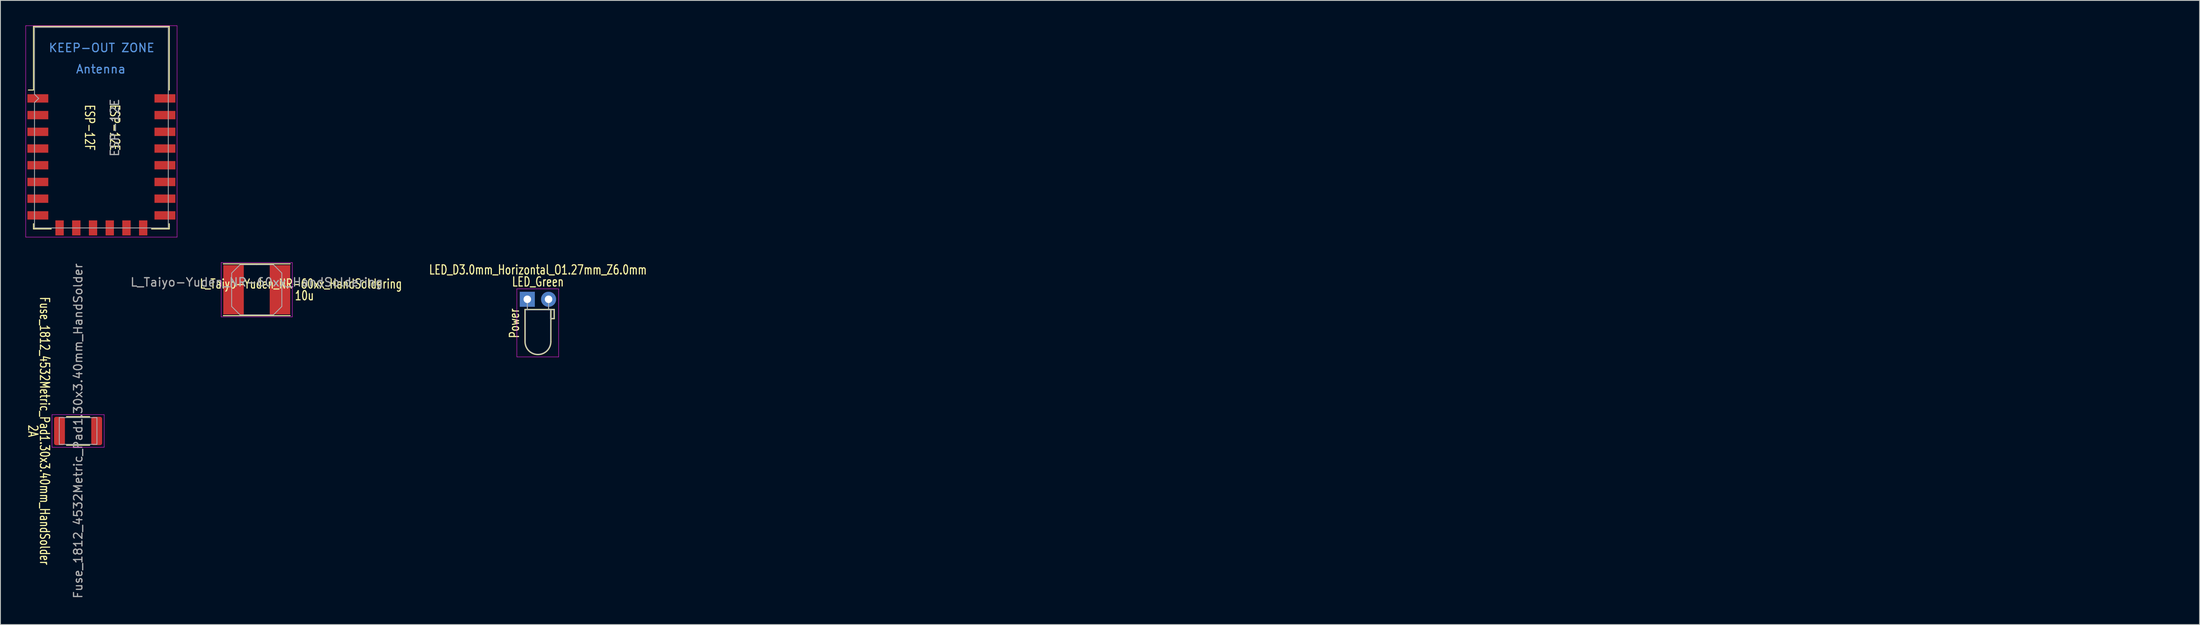
<source format=kicad_pcb>
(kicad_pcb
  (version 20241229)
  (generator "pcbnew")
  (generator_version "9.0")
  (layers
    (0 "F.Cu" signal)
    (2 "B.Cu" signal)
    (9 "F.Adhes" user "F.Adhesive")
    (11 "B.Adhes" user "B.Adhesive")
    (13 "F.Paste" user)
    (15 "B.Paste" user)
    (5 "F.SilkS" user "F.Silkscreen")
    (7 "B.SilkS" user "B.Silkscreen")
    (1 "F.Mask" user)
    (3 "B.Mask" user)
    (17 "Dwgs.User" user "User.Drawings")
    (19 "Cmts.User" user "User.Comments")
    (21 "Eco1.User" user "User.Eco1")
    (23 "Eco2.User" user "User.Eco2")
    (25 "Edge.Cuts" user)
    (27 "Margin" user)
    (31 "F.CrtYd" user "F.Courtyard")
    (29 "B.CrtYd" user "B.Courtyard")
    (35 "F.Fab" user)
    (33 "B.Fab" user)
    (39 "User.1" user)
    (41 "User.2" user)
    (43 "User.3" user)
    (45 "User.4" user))
  (footprint "LED_D3.0mm_Horizontal_O1.27mm_Z6.0mm"
    (layer "F.Cu")
    (at 60.011 32.764)
    (property "Reference" "LED_D3.0mm_Horizontal_O1.27mm_Z6.0mm" (at 1.27 -3.525 0) (unlocked yes) (layer "F.SilkS") (effects (font (size 1.1 0.8) (thickness 0.14))))
    (property "Value" "LED_Green" (at -0.21 7.63 0) (layer "F.Fab") (hide yes) (effects (font (size 1 1) (thickness 0.15))))
    (attr through_hole)
    (fp_line (start -0.29 1.21) (end -0.29 5.07) (stroke (width 0.12) (type solid)) (layer "F.SilkS"))
    (fp_line (start -0.29 1.21) (end 2.83 1.21) (stroke (width 0.12) (type solid)) (layer "F.SilkS"))
    (fp_line (start 0 1.08) (end 0 1.08) (stroke (width 0.12) (type solid)) (layer "F.SilkS"))
    (fp_line (start 0 1.08) (end 0 1.21) (stroke (width 0.12) (type solid)) (layer "F.SilkS"))
    (fp_line (start 0 1.21) (end 0 1.08) (stroke (width 0.12) (type solid)) (layer "F.SilkS"))
    (fp_line (start 0 1.21) (end 0 1.21) (stroke (width 0.12) (type solid)) (layer "F.SilkS"))
    (fp_line (start 2.54 1.08) (end 2.54 1.08) (stroke (width 0.12) (type solid)) (layer "F.SilkS"))
    (fp_line (start 2.54 1.08) (end 2.54 1.21) (stroke (width 0.12) (type solid)) (layer "F.SilkS"))
    (fp_line (start 2.54 1.21) (end 2.54 1.08) (stroke (width 0.12) (type solid)) (layer "F.SilkS"))
    (fp_line (start 2.54 1.21) (end 2.54 1.21) (stroke (width 0.12) (type solid)) (layer "F.SilkS"))
    (fp_line (start 2.83 1.21) (end 2.83 5.07) (stroke (width 0.12) (type solid)) (layer "F.SilkS"))
    (fp_line (start 2.83 1.21) (end 3.23 1.21) (stroke (width 0.12) (type solid)) (layer "F.SilkS"))
    (fp_line (start 2.83 2.33) (end 2.83 1.21) (stroke (width 0.12) (type solid)) (layer "F.SilkS"))
    (fp_line (start 3.23 1.21) (end 3.23 2.33) (stroke (width 0.12) (type solid)) (layer "F.SilkS"))
    (fp_line (start 3.23 2.33) (end 2.83 2.33) (stroke (width 0.12) (type solid)) (layer "F.SilkS"))
    (fp_arc (start 2.83 5.07) (mid 1.27 6.63) (end -0.29 5.07) (stroke (width 0.12) (type solid)) (layer "F.SilkS"))
    (fp_line (start -1.25 -1.25) (end -1.25 6.9) (stroke (width 0.05) (type solid)) (layer "F.CrtYd"))
    (fp_line (start -1.25 6.9) (end 3.75 6.9) (stroke (width 0.05) (type solid)) (layer "F.CrtYd"))
    (fp_line (start 3.75 -1.25) (end -1.25 -1.25) (stroke (width 0.05) (type solid)) (layer "F.CrtYd"))
    (fp_line (start 3.75 6.9) (end 3.75 -1.25) (stroke (width 0.05) (type solid)) (layer "F.CrtYd"))
    (fp_line (start -0.23 1.27) (end -0.23 5.07) (stroke (width 0.1) (type solid)) (layer "F.Fab"))
    (fp_line (start -0.23 1.27) (end 2.77 1.27) (stroke (width 0.1) (type solid)) (layer "F.Fab"))
    (fp_line (start 0 0) (end 0 0) (stroke (width 0.1) (type solid)) (layer "F.Fab"))
    (fp_line (start 0 0) (end 0 1.27) (stroke (width 0.1) (type solid)) (layer "F.Fab"))
    (fp_line (start 0 1.27) (end 0 0) (stroke (width 0.1) (type solid)) (layer "F.Fab"))
    (fp_line (start 0 1.27) (end 0 1.27) (stroke (width 0.1) (type solid)) (layer "F.Fab"))
    (fp_line (start 2.54 0) (end 2.54 0) (stroke (width 0.1) (type solid)) (layer "F.Fab"))
    (fp_line (start 2.54 0) (end 2.54 1.27) (stroke (width 0.1) (type solid)) (layer "F.Fab"))
    (fp_line (start 2.54 1.27) (end 2.54 0) (stroke (width 0.1) (type solid)) (layer "F.Fab"))
    (fp_line (start 2.54 1.27) (end 2.54 1.27) (stroke (width 0.1) (type solid)) (layer "F.Fab"))
    (fp_line (start 2.77 1.27) (end 2.77 5.07) (stroke (width 0.1) (type solid)) (layer "F.Fab"))
    (fp_line (start 2.77 1.27) (end 3.17 1.27) (stroke (width 0.1) (type solid)) (layer "F.Fab"))
    (fp_line (start 2.77 2.27) (end 2.77 1.27) (stroke (width 0.1) (type solid)) (layer "F.Fab"))
    (fp_line (start 3.17 1.27) (end 3.17 2.27) (stroke (width 0.1) (type solid)) (layer "F.Fab"))
    (fp_line (start 3.17 2.27) (end 2.77 2.27) (stroke (width 0.1) (type solid)) (layer "F.Fab"))
    (fp_arc (start 2.77 5.07) (mid 1.27 6.57) (end -0.23 5.07) (stroke (width 0.1) (type solid)) (layer "F.Fab"))
    (fp_text user "Power" (at -1.55 2.875 90) (unlocked yes) (layer "F.SilkS") (effects (font (size 1.1 0.8) (thickness 0.14))))
    (fp_text user "${VALUE}" (at 1.27 -2.09 0) (unlocked yes) (layer "F.SilkS") (effects (font (size 1.1 0.8) (thickness 0.14))))
    (pad "1" thru_hole rect (at 0 0) (size 1.8 1.8) (drill 0.9) (layers "*.Cu" "*.Mask"))
    (pad "2" thru_hole circle (at 2.54 0) (size 1.8 1.8) (drill 0.9) (layers "*.Cu" "*.Mask")))
  (footprint "L_Taiyo-Yuden_NR-60xx_HandSoldering"
    (layer "F.Cu")
    (at 27.654 31.625)
    (property "Reference" "L_Taiyo-Yuden_NR-60xx_HandSoldering" (at 5.281 -0.7 0) (unlocked yes) (layer "F.SilkS") (effects (font (size 1.1 0.8) (thickness 0.14))))
    (property "Value" "10u" (at 0.1 1 0) (layer "F.Fab") (hide yes) (effects (font (size 1 1) (thickness 0.15))))
    (attr smd)
    (fp_line (start -4 -3.1) (end 4 -3.1) (stroke (width 0.12) (type solid)) (layer "F.SilkS"))
    (fp_line (start -4 3.1) (end 4 3.1) (stroke (width 0.12) (type solid)) (layer "F.SilkS"))
    (fp_line (start -4.25 -3.25) (end -4.25 3.25) (stroke (width 0.05) (type solid)) (layer "F.CrtYd"))
    (fp_line (start -4.25 3.25) (end 4.25 3.25) (stroke (width 0.05) (type solid)) (layer "F.CrtYd"))
    (fp_line (start 4.25 -3.25) (end -4.25 -3.25) (stroke (width 0.05) (type solid)) (layer "F.CrtYd"))
    (fp_line (start 4.25 3.25) (end 4.25 -3.25) (stroke (width 0.05) (type solid)) (layer "F.CrtYd"))
    (fp_line (start -3 -2) (end -2 -3) (stroke (width 0.1) (type solid)) (layer "F.Fab"))
    (fp_line (start -3 0) (end -3 -2) (stroke (width 0.1) (type solid)) (layer "F.Fab"))
    (fp_line (start -3 0) (end -3 2) (stroke (width 0.1) (type solid)) (layer "F.Fab"))
    (fp_line (start -3 2) (end -2 3) (stroke (width 0.1) (type solid)) (layer "F.Fab"))
    (fp_line (start -2 -3) (end 0 -3) (stroke (width 0.1) (type solid)) (layer "F.Fab"))
    (fp_line (start -2 3) (end 0 3) (stroke (width 0.1) (type solid)) (layer "F.Fab"))
    (fp_line (start 2 -3) (end 0 -3) (stroke (width 0.1) (type solid)) (layer "F.Fab"))
    (fp_line (start 2 3) (end 0 3) (stroke (width 0.1) (type solid)) (layer "F.Fab"))
    (fp_line (start 3 -2) (end 2 -3) (stroke (width 0.1) (type solid)) (layer "F.Fab"))
    (fp_line (start 3 0) (end 3 -2) (stroke (width 0.1) (type solid)) (layer "F.Fab"))
    (fp_line (start 3 0) (end 3 2) (stroke (width 0.1) (type solid)) (layer "F.Fab"))
    (fp_line (start 3 2) (end 2 3) (stroke (width 0.1) (type solid)) (layer "F.Fab"))
    (fp_text user "${VALUE}" (at 5.7 0.7 0) (unlocked yes) (layer "F.SilkS") (effects (font (size 1.1 0.8) (thickness 0.14))))
    (fp_text user "${REFERENCE}" (at 0 -0.9 0) (layer "F.Fab") (effects (font (size 1 1) (thickness 0.15))))
    (pad "1" smd rect (at -2.775 0) (size 2.45 5.9) (layers "F.Cu" "F.Mask" "F.Paste"))
    (pad "2" smd rect (at 2.775 0) (size 2.45 5.9) (layers "F.Cu" "F.Mask" "F.Paste")))
  (footprint "Fuse_1812_4532Metric_Pad1.30x3.40mm_HandSolder"
    (layer "F.Cu")
    (at 6.289 48.523)
    (property "Reference" "Fuse_1812_4532Metric_Pad1.30x3.40mm_HandSolder" (at -4 0 270) (unlocked yes) (layer "F.SilkS") (effects (font (size 1.1 0.8) (thickness 0.14))))
    (property "Value" "2A" (at 3.2 -0.1 90) (layer "F.Fab") (hide yes) (effects (font (size 1 1) (thickness 0.15))))
    (attr smd)
    (fp_line (start -1.386 -1.71) (end 1.386 -1.71) (stroke (width 0.12) (type solid)) (layer "F.SilkS"))
    (fp_line (start -1.386 1.71) (end 1.386 1.71) (stroke (width 0.12) (type solid)) (layer "F.SilkS"))
    (fp_line (start -3.12 -1.95) (end 3.12 -1.95) (stroke (width 0.05) (type solid)) (layer "F.CrtYd"))
    (fp_line (start -3.12 1.95) (end -3.12 -1.95) (stroke (width 0.05) (type solid)) (layer "F.CrtYd"))
    (fp_line (start 3.12 -1.95) (end 3.12 1.95) (stroke (width 0.05) (type solid)) (layer "F.CrtYd"))
    (fp_line (start 3.12 1.95) (end -3.12 1.95) (stroke (width 0.05) (type solid)) (layer "F.CrtYd"))
    (fp_line (start -2.25 -1.6) (end 2.25 -1.6) (stroke (width 0.1) (type solid)) (layer "F.Fab"))
    (fp_line (start -2.25 1.6) (end -2.25 -1.6) (stroke (width 0.1) (type solid)) (layer "F.Fab"))
    (fp_line (start 2.25 -1.6) (end 2.25 1.6) (stroke (width 0.1) (type solid)) (layer "F.Fab"))
    (fp_line (start 2.25 1.6) (end -2.25 1.6) (stroke (width 0.1) (type solid)) (layer "F.Fab"))
    (fp_text user "${VALUE}" (at -5.4 0 270) (unlocked yes) (layer "F.SilkS") (effects (font (size 1.1 0.8) (thickness 0.14))))
    (fp_text user "${REFERENCE}" (at 0 0 90) (layer "F.Fab") (effects (font (size 1 1) (thickness 0.15))))
    (pad "1" smd roundrect (at -2.225 0) (size 1.3 3.4) (layers "F.Cu" "F.Mask" "F.Paste") (roundrect_rratio 0.192))
    (pad "2" smd roundrect (at 2.225 0) (size 1.3 3.4) (layers "F.Cu" "F.Mask" "F.Paste") (roundrect_rratio 0.192)))
  (footprint "ESP-12E"
    (layer "F.Cu")
    (at 9.075 12.225)
    (property "Reference" "ESP-12E" (at 1.6 0 270) (unlocked yes) (layer "F.SilkS") (effects (font (size 1.1 0.8) (thickness 0.14))))
    (property "Value" "ESP-12F" (at -1.6 0 90) (layer "F.Fab") (hide yes) (effects (font (size 1 1) (thickness 0.15))))
    (attr smd)
    (fp_line (start -8.12 -12.12) (end 8.12 -12.12) (stroke (width 0.12) (type solid)) (layer "F.SilkS"))
    (fp_line (start -8.12 -4.5) (end -8.73 -4.5) (stroke (width 0.12) (type solid)) (layer "F.SilkS"))
    (fp_line (start -8.12 -4.5) (end -8.12 -12.12) (stroke (width 0.12) (type solid)) (layer "F.SilkS"))
    (fp_line (start -8.12 12.12) (end -8.12 11.5) (stroke (width 0.12) (type solid)) (layer "F.SilkS"))
    (fp_line (start -6 12.12) (end -8.12 12.12) (stroke (width 0.12) (type solid)) (layer "F.SilkS"))
    (fp_line (start 8.12 -12.12) (end 8.12 -4.5) (stroke (width 0.12) (type solid)) (layer "F.SilkS"))
    (fp_line (start 8.12 11.5) (end 8.12 12.12) (stroke (width 0.12) (type solid)) (layer "F.SilkS"))
    (fp_line (start 8.12 12.12) (end 6 12.12) (stroke (width 0.12) (type solid)) (layer "F.SilkS"))
    (fp_line (start -9.05 -12.2) (end 9.05 -12.2) (stroke (width 0.05) (type solid)) (layer "F.CrtYd"))
    (fp_line (start -9.05 13.1) (end -9.05 -12.2) (stroke (width 0.05) (type solid)) (layer "F.CrtYd"))
    (fp_line (start 9.05 -12.2) (end 9.05 13.1) (stroke (width 0.05) (type solid)) (layer "F.CrtYd"))
    (fp_line (start 9.05 13.1) (end -9.05 13.1) (stroke (width 0.05) (type solid)) (layer "F.CrtYd"))
    (fp_line (start -8 -12) (end 8 -12) (stroke (width 0.1) (type solid)) (layer "F.Fab"))
    (fp_line (start -8 -4) (end -8 -12) (stroke (width 0.1) (type solid)) (layer "F.Fab"))
    (fp_line (start -8 -3) (end -7.5 -3.5) (stroke (width 0.1) (type solid)) (layer "F.Fab"))
    (fp_line (start -8 12) (end -8 -3) (stroke (width 0.1) (type solid)) (layer "F.Fab"))
    (fp_line (start -7.5 -3.5) (end -8 -4) (stroke (width 0.1) (type solid)) (layer "F.Fab"))
    (fp_line (start 8 -12) (end 8 12) (stroke (width 0.1) (type solid)) (layer "F.Fab"))
    (fp_line (start 8 12) (end -8 12) (stroke (width 0.1) (type solid)) (layer "F.Fab"))
    (fp_text user "${VALUE}" (at -1.4 0 270) (unlocked yes) (layer "F.SilkS") (effects (font (size 1.1 0.8) (thickness 0.14))))
    (fp_text user "Antenna" (at -0.06 -7 0) (layer "Cmts.User") (effects (font (size 1 1) (thickness 0.15))))
    (fp_text user "KEEP-OUT ZONE" (at 0.03 -9.55 0) (layer "Cmts.User") (effects (font (size 1 1) (thickness 0.15))))
    (fp_text user "${REFERENCE}" (at 1.6 0 90) (layer "F.Fab") (effects (font (size 1 1) (thickness 0.15))))
    (pad "1" smd rect (at -7.6 -3.5) (size 2.5 1) (layers "F.Cu" "F.Mask" "F.Paste"))
    (pad "2" smd rect (at -7.6 -1.5) (size 2.5 1) (layers "F.Cu" "F.Mask" "F.Paste"))
    (pad "3" smd rect (at -7.6 0.5) (size 2.5 1) (layers "F.Cu" "F.Mask" "F.Paste"))
    (pad "4" smd rect (at -7.6 2.5) (size 2.5 1) (layers "F.Cu" "F.Mask" "F.Paste"))
    (pad "5" smd rect (at -7.6 4.5) (size 2.5 1) (layers "F.Cu" "F.Mask" "F.Paste"))
    (pad "6" smd rect (at -7.6 6.5) (size 2.5 1) (layers "F.Cu" "F.Mask" "F.Paste"))
    (pad "7" smd rect (at -7.6 8.5) (size 2.5 1) (layers "F.Cu" "F.Mask" "F.Paste"))
    (pad "8" smd rect (at -7.6 10.5) (size 2.5 1) (layers "F.Cu" "F.Mask" "F.Paste"))
    (pad "9" smd rect (at -5 12) (size 1 1.8) (layers "F.Cu" "F.Mask" "F.Paste"))
    (pad "10" smd rect (at -3 12) (size 1 1.8) (layers "F.Cu" "F.Mask" "F.Paste"))
    (pad "11" smd rect (at -1 12) (size 1 1.8) (layers "F.Cu" "F.Mask" "F.Paste"))
    (pad "12" smd rect (at 1 12) (size 1 1.8) (layers "F.Cu" "F.Mask" "F.Paste"))
    (pad "13" smd rect (at 3 12) (size 1 1.8) (layers "F.Cu" "F.Mask" "F.Paste"))
    (pad "14" smd rect (at 5 12) (size 1 1.8) (layers "F.Cu" "F.Mask" "F.Paste"))
    (pad "15" smd rect (at 7.6 10.5) (size 2.5 1) (layers "F.Cu" "F.Mask" "F.Paste"))
    (pad "16" smd rect (at 7.6 8.5) (size 2.5 1) (layers "F.Cu" "F.Mask" "F.Paste"))
    (pad "17" smd rect (at 7.6 6.5) (size 2.5 1) (layers "F.Cu" "F.Mask" "F.Paste"))
    (pad "18" smd rect (at 7.6 4.5) (size 2.5 1) (layers "F.Cu" "F.Mask" "F.Paste"))
    (pad "19" smd rect (at 7.6 2.5) (size 2.5 1) (layers "F.Cu" "F.Mask" "F.Paste"))
    (pad "20" smd rect (at 7.6 0.5) (size 2.5 1) (layers "F.Cu" "F.Mask" "F.Paste"))
    (pad "21" smd rect (at 7.6 -1.5) (size 2.5 1) (layers "F.Cu" "F.Mask" "F.Paste"))
    (pad "22" smd rect (at 7.6 -3.5) (size 2.5 1) (layers "F.Cu" "F.Mask" "F.Paste"))
    (zone (net_name "") (layers "F.Cu" "B.Cu") (hatch full 0.508) (connect_pads) (min_thickness 0.254) (filled_areas_thickness no) (keepout (tracks not_allowed) (vias not_allowed) (pads not_allowed) (copperpour not_allowed) (footprints not_allowed)) (placement (enabled no)) (fill) (polygon (pts (xy 240.755 24.025) (xy 256.995 24.025) (xy 256.995 16.705) (xy 240.755 16.705)))))
  (gr_rect
    (start -3 -3)
    (end 259.995 71.695)
    (stroke (width 0.1) (type default))
    (fill no)
    (layer "Edge.Cuts")))
</source>
